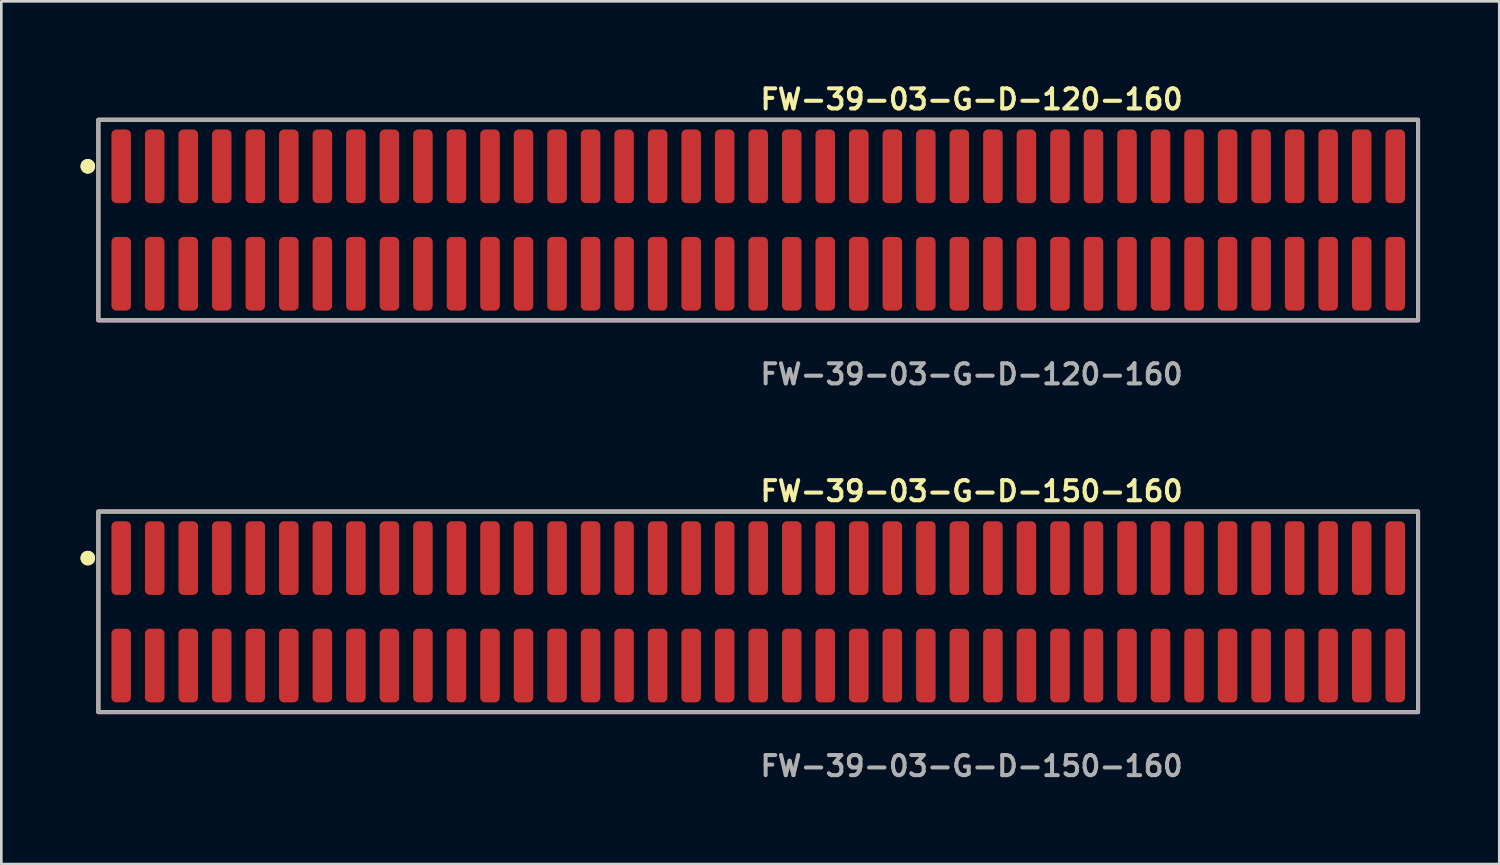
<source format=kicad_pcb>
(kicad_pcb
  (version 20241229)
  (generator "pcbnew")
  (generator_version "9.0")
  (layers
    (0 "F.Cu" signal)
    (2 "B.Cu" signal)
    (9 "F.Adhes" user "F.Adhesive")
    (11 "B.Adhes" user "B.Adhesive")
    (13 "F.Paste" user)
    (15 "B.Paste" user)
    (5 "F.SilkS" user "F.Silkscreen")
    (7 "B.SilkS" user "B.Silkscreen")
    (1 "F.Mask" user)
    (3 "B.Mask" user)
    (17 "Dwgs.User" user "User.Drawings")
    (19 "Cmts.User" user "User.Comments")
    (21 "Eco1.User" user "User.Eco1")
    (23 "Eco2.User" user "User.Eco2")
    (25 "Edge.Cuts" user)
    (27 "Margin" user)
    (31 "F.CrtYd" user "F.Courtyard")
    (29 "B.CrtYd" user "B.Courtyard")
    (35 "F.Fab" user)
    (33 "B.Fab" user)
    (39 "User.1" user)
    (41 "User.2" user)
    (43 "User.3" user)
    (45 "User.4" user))
  (footprint "FW-39-03-G-D-150-160"
    (layer "F.Cu")
    (at 25.671 20.126)
    (property "Reference" "FW-39-03-G-D-150-160" (at 0 -4.572 0) (unlocked yes) (layer "F.SilkS") (effects (font (size 0.762 0.762) (thickness 0.152)) (justify left)))
    (fp_rect (start -24.995 3.8) (end 24.995 -3.8) (stroke (width 0.152) (type solid)) (fill no) (layer "F.SilkS"))
    (fp_circle (center -25.395 -2.035) (end -25.595 -2.035) (stroke (width 0.152) (type solid)) (fill yes) (layer "F.SilkS"))
    (fp_circle (center -25.395 -2.035) (end -25.595 -2.035) (stroke (width 0.152) (type solid)) (fill yes) (layer "F.SilkS"))
    (fp_rect (start -24.995 3.8) (end 24.995 -3.8) (stroke (width 0.006) (type solid)) (fill no) (layer "F.CrtYd"))
    (fp_rect (start -24.995 3.8) (end 24.995 -3.8) (stroke (width 0.152) (type solid)) (fill no) (layer "F.Fab"))
    (fp_text user "${REFERENCE}" (at 0 5.842 0) (unlocked yes) (layer "F.Fab") (effects (font (size 0.762 0.762) (thickness 0.152)) (justify left)))
    (pad "1" smd roundrect (at -24.13 -2.035) (size 0.74 2.79) (layers "F.Cu" "F.Paste") (roundrect_rratio 0.25))
    (pad "2" smd roundrect (at -24.13 2.035) (size 0.74 2.79) (layers "F.Cu" "F.Paste") (roundrect_rratio 0.25))
    (pad "3" smd roundrect (at -22.86 -2.035) (size 0.74 2.79) (layers "F.Cu" "F.Paste") (roundrect_rratio 0.25))
    (pad "4" smd roundrect (at -22.86 2.035) (size 0.74 2.79) (layers "F.Cu" "F.Paste") (roundrect_rratio 0.25))
    (pad "5" smd roundrect (at -21.59 -2.035) (size 0.74 2.79) (layers "F.Cu" "F.Paste") (roundrect_rratio 0.25))
    (pad "6" smd roundrect (at -21.59 2.035) (size 0.74 2.79) (layers "F.Cu" "F.Paste") (roundrect_rratio 0.25))
    (pad "7" smd roundrect (at -20.32 -2.035) (size 0.74 2.79) (layers "F.Cu" "F.Paste") (roundrect_rratio 0.25))
    (pad "8" smd roundrect (at -20.32 2.035) (size 0.74 2.79) (layers "F.Cu" "F.Paste") (roundrect_rratio 0.25))
    (pad "9" smd roundrect (at -19.05 -2.035) (size 0.74 2.79) (layers "F.Cu" "F.Paste") (roundrect_rratio 0.25))
    (pad "10" smd roundrect (at -19.05 2.035) (size 0.74 2.79) (layers "F.Cu" "F.Paste") (roundrect_rratio 0.25))
    (pad "11" smd roundrect (at -17.78 -2.035) (size 0.74 2.79) (layers "F.Cu" "F.Paste") (roundrect_rratio 0.25))
    (pad "12" smd roundrect (at -17.78 2.035) (size 0.74 2.79) (layers "F.Cu" "F.Paste") (roundrect_rratio 0.25))
    (pad "13" smd roundrect (at -16.51 -2.035) (size 0.74 2.79) (layers "F.Cu" "F.Paste") (roundrect_rratio 0.25))
    (pad "14" smd roundrect (at -16.51 2.035) (size 0.74 2.79) (layers "F.Cu" "F.Paste") (roundrect_rratio 0.25))
    (pad "15" smd roundrect (at -15.24 -2.035) (size 0.74 2.79) (layers "F.Cu" "F.Paste") (roundrect_rratio 0.25))
    (pad "16" smd roundrect (at -15.24 2.035) (size 0.74 2.79) (layers "F.Cu" "F.Paste") (roundrect_rratio 0.25))
    (pad "17" smd roundrect (at -13.97 -2.035) (size 0.74 2.79) (layers "F.Cu" "F.Paste") (roundrect_rratio 0.25))
    (pad "18" smd roundrect (at -13.97 2.035) (size 0.74 2.79) (layers "F.Cu" "F.Paste") (roundrect_rratio 0.25))
    (pad "19" smd roundrect (at -12.7 -2.035) (size 0.74 2.79) (layers "F.Cu" "F.Paste") (roundrect_rratio 0.25))
    (pad "20" smd roundrect (at -12.7 2.035) (size 0.74 2.79) (layers "F.Cu" "F.Paste") (roundrect_rratio 0.25))
    (pad "21" smd roundrect (at -11.43 -2.035) (size 0.74 2.79) (layers "F.Cu" "F.Paste") (roundrect_rratio 0.25))
    (pad "22" smd roundrect (at -11.43 2.035) (size 0.74 2.79) (layers "F.Cu" "F.Paste") (roundrect_rratio 0.25))
    (pad "23" smd roundrect (at -10.16 -2.035) (size 0.74 2.79) (layers "F.Cu" "F.Paste") (roundrect_rratio 0.25))
    (pad "24" smd roundrect (at -10.16 2.035) (size 0.74 2.79) (layers "F.Cu" "F.Paste") (roundrect_rratio 0.25))
    (pad "25" smd roundrect (at -8.89 -2.035) (size 0.74 2.79) (layers "F.Cu" "F.Paste") (roundrect_rratio 0.25))
    (pad "26" smd roundrect (at -8.89 2.035) (size 0.74 2.79) (layers "F.Cu" "F.Paste") (roundrect_rratio 0.25))
    (pad "27" smd roundrect (at -7.62 -2.035) (size 0.74 2.79) (layers "F.Cu" "F.Paste") (roundrect_rratio 0.25))
    (pad "28" smd roundrect (at -7.62 2.035) (size 0.74 2.79) (layers "F.Cu" "F.Paste") (roundrect_rratio 0.25))
    (pad "29" smd roundrect (at -6.35 -2.035) (size 0.74 2.79) (layers "F.Cu" "F.Paste") (roundrect_rratio 0.25))
    (pad "30" smd roundrect (at -6.35 2.035) (size 0.74 2.79) (layers "F.Cu" "F.Paste") (roundrect_rratio 0.25))
    (pad "31" smd roundrect (at -5.08 -2.035) (size 0.74 2.79) (layers "F.Cu" "F.Paste") (roundrect_rratio 0.25))
    (pad "32" smd roundrect (at -5.08 2.035) (size 0.74 2.79) (layers "F.Cu" "F.Paste") (roundrect_rratio 0.25))
    (pad "33" smd roundrect (at -3.81 -2.035) (size 0.74 2.79) (layers "F.Cu" "F.Paste") (roundrect_rratio 0.25))
    (pad "34" smd roundrect (at -3.81 2.035) (size 0.74 2.79) (layers "F.Cu" "F.Paste") (roundrect_rratio 0.25))
    (pad "35" smd roundrect (at -2.54 -2.035) (size 0.74 2.79) (layers "F.Cu" "F.Paste") (roundrect_rratio 0.25))
    (pad "36" smd roundrect (at -2.54 2.035) (size 0.74 2.79) (layers "F.Cu" "F.Paste") (roundrect_rratio 0.25))
    (pad "37" smd roundrect (at -1.27 -2.035) (size 0.74 2.79) (layers "F.Cu" "F.Paste") (roundrect_rratio 0.25))
    (pad "38" smd roundrect (at -1.27 2.035) (size 0.74 2.79) (layers "F.Cu" "F.Paste") (roundrect_rratio 0.25))
    (pad "39" smd roundrect (at 0 -2.035) (size 0.74 2.79) (layers "F.Cu" "F.Paste") (roundrect_rratio 0.25))
    (pad "40" smd roundrect (at 0 2.035) (size 0.74 2.79) (layers "F.Cu" "F.Paste") (roundrect_rratio 0.25))
    (pad "41" smd roundrect (at 1.27 -2.035) (size 0.74 2.79) (layers "F.Cu" "F.Paste") (roundrect_rratio 0.25))
    (pad "42" smd roundrect (at 1.27 2.035) (size 0.74 2.79) (layers "F.Cu" "F.Paste") (roundrect_rratio 0.25))
    (pad "43" smd roundrect (at 2.54 -2.035) (size 0.74 2.79) (layers "F.Cu" "F.Paste") (roundrect_rratio 0.25))
    (pad "44" smd roundrect (at 2.54 2.035) (size 0.74 2.79) (layers "F.Cu" "F.Paste") (roundrect_rratio 0.25))
    (pad "45" smd roundrect (at 3.81 -2.035) (size 0.74 2.79) (layers "F.Cu" "F.Paste") (roundrect_rratio 0.25))
    (pad "46" smd roundrect (at 3.81 2.035) (size 0.74 2.79) (layers "F.Cu" "F.Paste") (roundrect_rratio 0.25))
    (pad "47" smd roundrect (at 5.08 -2.035) (size 0.74 2.79) (layers "F.Cu" "F.Paste") (roundrect_rratio 0.25))
    (pad "48" smd roundrect (at 5.08 2.035) (size 0.74 2.79) (layers "F.Cu" "F.Paste") (roundrect_rratio 0.25))
    (pad "49" smd roundrect (at 6.35 -2.035) (size 0.74 2.79) (layers "F.Cu" "F.Paste") (roundrect_rratio 0.25))
    (pad "50" smd roundrect (at 6.35 2.035) (size 0.74 2.79) (layers "F.Cu" "F.Paste") (roundrect_rratio 0.25))
    (pad "51" smd roundrect (at 7.62 -2.035) (size 0.74 2.79) (layers "F.Cu" "F.Paste") (roundrect_rratio 0.25))
    (pad "52" smd roundrect (at 7.62 2.035) (size 0.74 2.79) (layers "F.Cu" "F.Paste") (roundrect_rratio 0.25))
    (pad "53" smd roundrect (at 8.89 -2.035) (size 0.74 2.79) (layers "F.Cu" "F.Paste") (roundrect_rratio 0.25))
    (pad "54" smd roundrect (at 8.89 2.035) (size 0.74 2.79) (layers "F.Cu" "F.Paste") (roundrect_rratio 0.25))
    (pad "55" smd roundrect (at 10.16 -2.035) (size 0.74 2.79) (layers "F.Cu" "F.Paste") (roundrect_rratio 0.25))
    (pad "56" smd roundrect (at 10.16 2.035) (size 0.74 2.79) (layers "F.Cu" "F.Paste") (roundrect_rratio 0.25))
    (pad "57" smd roundrect (at 11.43 -2.035) (size 0.74 2.79) (layers "F.Cu" "F.Paste") (roundrect_rratio 0.25))
    (pad "58" smd roundrect (at 11.43 2.035) (size 0.74 2.79) (layers "F.Cu" "F.Paste") (roundrect_rratio 0.25))
    (pad "59" smd roundrect (at 12.7 -2.035) (size 0.74 2.79) (layers "F.Cu" "F.Paste") (roundrect_rratio 0.25))
    (pad "60" smd roundrect (at 12.7 2.035) (size 0.74 2.79) (layers "F.Cu" "F.Paste") (roundrect_rratio 0.25))
    (pad "61" smd roundrect (at 13.97 -2.035) (size 0.74 2.79) (layers "F.Cu" "F.Paste") (roundrect_rratio 0.25))
    (pad "62" smd roundrect (at 13.97 2.035) (size 0.74 2.79) (layers "F.Cu" "F.Paste") (roundrect_rratio 0.25))
    (pad "63" smd roundrect (at 15.24 -2.035) (size 0.74 2.79) (layers "F.Cu" "F.Paste") (roundrect_rratio 0.25))
    (pad "64" smd roundrect (at 15.24 2.035) (size 0.74 2.79) (layers "F.Cu" "F.Paste") (roundrect_rratio 0.25))
    (pad "65" smd roundrect (at 16.51 -2.035) (size 0.74 2.79) (layers "F.Cu" "F.Paste") (roundrect_rratio 0.25))
    (pad "66" smd roundrect (at 16.51 2.035) (size 0.74 2.79) (layers "F.Cu" "F.Paste") (roundrect_rratio 0.25))
    (pad "67" smd roundrect (at 17.78 -2.035) (size 0.74 2.79) (layers "F.Cu" "F.Paste") (roundrect_rratio 0.25))
    (pad "68" smd roundrect (at 17.78 2.035) (size 0.74 2.79) (layers "F.Cu" "F.Paste") (roundrect_rratio 0.25))
    (pad "69" smd roundrect (at 19.05 -2.035) (size 0.74 2.79) (layers "F.Cu" "F.Paste") (roundrect_rratio 0.25))
    (pad "70" smd roundrect (at 19.05 2.035) (size 0.74 2.79) (layers "F.Cu" "F.Paste") (roundrect_rratio 0.25))
    (pad "71" smd roundrect (at 20.32 -2.035) (size 0.74 2.79) (layers "F.Cu" "F.Paste") (roundrect_rratio 0.25))
    (pad "72" smd roundrect (at 20.32 2.035) (size 0.74 2.79) (layers "F.Cu" "F.Paste") (roundrect_rratio 0.25))
    (pad "73" smd roundrect (at 21.59 -2.035) (size 0.74 2.79) (layers "F.Cu" "F.Paste") (roundrect_rratio 0.25))
    (pad "74" smd roundrect (at 21.59 2.035) (size 0.74 2.79) (layers "F.Cu" "F.Paste") (roundrect_rratio 0.25))
    (pad "75" smd roundrect (at 22.86 -2.035) (size 0.74 2.79) (layers "F.Cu" "F.Paste") (roundrect_rratio 0.25))
    (pad "76" smd roundrect (at 22.86 2.035) (size 0.74 2.79) (layers "F.Cu" "F.Paste") (roundrect_rratio 0.25))
    (pad "77" smd roundrect (at 24.13 -2.035) (size 0.74 2.79) (layers "F.Cu" "F.Paste") (roundrect_rratio 0.25))
    (pad "78" smd roundrect (at 24.13 2.035) (size 0.74 2.79) (layers "F.Cu" "F.Paste") (roundrect_rratio 0.25)))
  (footprint "FW-39-03-G-D-120-160"
    (layer "F.Cu")
    (at 25.671 5.285)
    (property "Reference" "FW-39-03-G-D-120-160" (at 0 -4.572 0) (unlocked yes) (layer "F.SilkS") (effects (font (size 0.762 0.762) (thickness 0.152)) (justify left)))
    (fp_rect (start -24.995 3.8) (end 24.995 -3.8) (stroke (width 0.152) (type solid)) (fill no) (layer "F.SilkS"))
    (fp_circle (center -25.395 -2.035) (end -25.595 -2.035) (stroke (width 0.152) (type solid)) (fill yes) (layer "F.SilkS"))
    (fp_circle (center -25.395 -2.035) (end -25.595 -2.035) (stroke (width 0.152) (type solid)) (fill yes) (layer "F.SilkS"))
    (fp_rect (start -24.995 3.8) (end 24.995 -3.8) (stroke (width 0.006) (type solid)) (fill no) (layer "F.CrtYd"))
    (fp_rect (start -24.995 3.8) (end 24.995 -3.8) (stroke (width 0.152) (type solid)) (fill no) (layer "F.Fab"))
    (fp_text user "${REFERENCE}" (at 0 5.842 0) (unlocked yes) (layer "F.Fab") (effects (font (size 0.762 0.762) (thickness 0.152)) (justify left)))
    (pad "1" smd roundrect (at -24.13 -2.035) (size 0.74 2.79) (layers "F.Cu" "F.Paste") (roundrect_rratio 0.25))
    (pad "2" smd roundrect (at -24.13 2.035) (size 0.74 2.79) (layers "F.Cu" "F.Paste") (roundrect_rratio 0.25))
    (pad "3" smd roundrect (at -22.86 -2.035) (size 0.74 2.79) (layers "F.Cu" "F.Paste") (roundrect_rratio 0.25))
    (pad "4" smd roundrect (at -22.86 2.035) (size 0.74 2.79) (layers "F.Cu" "F.Paste") (roundrect_rratio 0.25))
    (pad "5" smd roundrect (at -21.59 -2.035) (size 0.74 2.79) (layers "F.Cu" "F.Paste") (roundrect_rratio 0.25))
    (pad "6" smd roundrect (at -21.59 2.035) (size 0.74 2.79) (layers "F.Cu" "F.Paste") (roundrect_rratio 0.25))
    (pad "7" smd roundrect (at -20.32 -2.035) (size 0.74 2.79) (layers "F.Cu" "F.Paste") (roundrect_rratio 0.25))
    (pad "8" smd roundrect (at -20.32 2.035) (size 0.74 2.79) (layers "F.Cu" "F.Paste") (roundrect_rratio 0.25))
    (pad "9" smd roundrect (at -19.05 -2.035) (size 0.74 2.79) (layers "F.Cu" "F.Paste") (roundrect_rratio 0.25))
    (pad "10" smd roundrect (at -19.05 2.035) (size 0.74 2.79) (layers "F.Cu" "F.Paste") (roundrect_rratio 0.25))
    (pad "11" smd roundrect (at -17.78 -2.035) (size 0.74 2.79) (layers "F.Cu" "F.Paste") (roundrect_rratio 0.25))
    (pad "12" smd roundrect (at -17.78 2.035) (size 0.74 2.79) (layers "F.Cu" "F.Paste") (roundrect_rratio 0.25))
    (pad "13" smd roundrect (at -16.51 -2.035) (size 0.74 2.79) (layers "F.Cu" "F.Paste") (roundrect_rratio 0.25))
    (pad "14" smd roundrect (at -16.51 2.035) (size 0.74 2.79) (layers "F.Cu" "F.Paste") (roundrect_rratio 0.25))
    (pad "15" smd roundrect (at -15.24 -2.035) (size 0.74 2.79) (layers "F.Cu" "F.Paste") (roundrect_rratio 0.25))
    (pad "16" smd roundrect (at -15.24 2.035) (size 0.74 2.79) (layers "F.Cu" "F.Paste") (roundrect_rratio 0.25))
    (pad "17" smd roundrect (at -13.97 -2.035) (size 0.74 2.79) (layers "F.Cu" "F.Paste") (roundrect_rratio 0.25))
    (pad "18" smd roundrect (at -13.97 2.035) (size 0.74 2.79) (layers "F.Cu" "F.Paste") (roundrect_rratio 0.25))
    (pad "19" smd roundrect (at -12.7 -2.035) (size 0.74 2.79) (layers "F.Cu" "F.Paste") (roundrect_rratio 0.25))
    (pad "20" smd roundrect (at -12.7 2.035) (size 0.74 2.79) (layers "F.Cu" "F.Paste") (roundrect_rratio 0.25))
    (pad "21" smd roundrect (at -11.43 -2.035) (size 0.74 2.79) (layers "F.Cu" "F.Paste") (roundrect_rratio 0.25))
    (pad "22" smd roundrect (at -11.43 2.035) (size 0.74 2.79) (layers "F.Cu" "F.Paste") (roundrect_rratio 0.25))
    (pad "23" smd roundrect (at -10.16 -2.035) (size 0.74 2.79) (layers "F.Cu" "F.Paste") (roundrect_rratio 0.25))
    (pad "24" smd roundrect (at -10.16 2.035) (size 0.74 2.79) (layers "F.Cu" "F.Paste") (roundrect_rratio 0.25))
    (pad "25" smd roundrect (at -8.89 -2.035) (size 0.74 2.79) (layers "F.Cu" "F.Paste") (roundrect_rratio 0.25))
    (pad "26" smd roundrect (at -8.89 2.035) (size 0.74 2.79) (layers "F.Cu" "F.Paste") (roundrect_rratio 0.25))
    (pad "27" smd roundrect (at -7.62 -2.035) (size 0.74 2.79) (layers "F.Cu" "F.Paste") (roundrect_rratio 0.25))
    (pad "28" smd roundrect (at -7.62 2.035) (size 0.74 2.79) (layers "F.Cu" "F.Paste") (roundrect_rratio 0.25))
    (pad "29" smd roundrect (at -6.35 -2.035) (size 0.74 2.79) (layers "F.Cu" "F.Paste") (roundrect_rratio 0.25))
    (pad "30" smd roundrect (at -6.35 2.035) (size 0.74 2.79) (layers "F.Cu" "F.Paste") (roundrect_rratio 0.25))
    (pad "31" smd roundrect (at -5.08 -2.035) (size 0.74 2.79) (layers "F.Cu" "F.Paste") (roundrect_rratio 0.25))
    (pad "32" smd roundrect (at -5.08 2.035) (size 0.74 2.79) (layers "F.Cu" "F.Paste") (roundrect_rratio 0.25))
    (pad "33" smd roundrect (at -3.81 -2.035) (size 0.74 2.79) (layers "F.Cu" "F.Paste") (roundrect_rratio 0.25))
    (pad "34" smd roundrect (at -3.81 2.035) (size 0.74 2.79) (layers "F.Cu" "F.Paste") (roundrect_rratio 0.25))
    (pad "35" smd roundrect (at -2.54 -2.035) (size 0.74 2.79) (layers "F.Cu" "F.Paste") (roundrect_rratio 0.25))
    (pad "36" smd roundrect (at -2.54 2.035) (size 0.74 2.79) (layers "F.Cu" "F.Paste") (roundrect_rratio 0.25))
    (pad "37" smd roundrect (at -1.27 -2.035) (size 0.74 2.79) (layers "F.Cu" "F.Paste") (roundrect_rratio 0.25))
    (pad "38" smd roundrect (at -1.27 2.035) (size 0.74 2.79) (layers "F.Cu" "F.Paste") (roundrect_rratio 0.25))
    (pad "39" smd roundrect (at 0 -2.035) (size 0.74 2.79) (layers "F.Cu" "F.Paste") (roundrect_rratio 0.25))
    (pad "40" smd roundrect (at 0 2.035) (size 0.74 2.79) (layers "F.Cu" "F.Paste") (roundrect_rratio 0.25))
    (pad "41" smd roundrect (at 1.27 -2.035) (size 0.74 2.79) (layers "F.Cu" "F.Paste") (roundrect_rratio 0.25))
    (pad "42" smd roundrect (at 1.27 2.035) (size 0.74 2.79) (layers "F.Cu" "F.Paste") (roundrect_rratio 0.25))
    (pad "43" smd roundrect (at 2.54 -2.035) (size 0.74 2.79) (layers "F.Cu" "F.Paste") (roundrect_rratio 0.25))
    (pad "44" smd roundrect (at 2.54 2.035) (size 0.74 2.79) (layers "F.Cu" "F.Paste") (roundrect_rratio 0.25))
    (pad "45" smd roundrect (at 3.81 -2.035) (size 0.74 2.79) (layers "F.Cu" "F.Paste") (roundrect_rratio 0.25))
    (pad "46" smd roundrect (at 3.81 2.035) (size 0.74 2.79) (layers "F.Cu" "F.Paste") (roundrect_rratio 0.25))
    (pad "47" smd roundrect (at 5.08 -2.035) (size 0.74 2.79) (layers "F.Cu" "F.Paste") (roundrect_rratio 0.25))
    (pad "48" smd roundrect (at 5.08 2.035) (size 0.74 2.79) (layers "F.Cu" "F.Paste") (roundrect_rratio 0.25))
    (pad "49" smd roundrect (at 6.35 -2.035) (size 0.74 2.79) (layers "F.Cu" "F.Paste") (roundrect_rratio 0.25))
    (pad "50" smd roundrect (at 6.35 2.035) (size 0.74 2.79) (layers "F.Cu" "F.Paste") (roundrect_rratio 0.25))
    (pad "51" smd roundrect (at 7.62 -2.035) (size 0.74 2.79) (layers "F.Cu" "F.Paste") (roundrect_rratio 0.25))
    (pad "52" smd roundrect (at 7.62 2.035) (size 0.74 2.79) (layers "F.Cu" "F.Paste") (roundrect_rratio 0.25))
    (pad "53" smd roundrect (at 8.89 -2.035) (size 0.74 2.79) (layers "F.Cu" "F.Paste") (roundrect_rratio 0.25))
    (pad "54" smd roundrect (at 8.89 2.035) (size 0.74 2.79) (layers "F.Cu" "F.Paste") (roundrect_rratio 0.25))
    (pad "55" smd roundrect (at 10.16 -2.035) (size 0.74 2.79) (layers "F.Cu" "F.Paste") (roundrect_rratio 0.25))
    (pad "56" smd roundrect (at 10.16 2.035) (size 0.74 2.79) (layers "F.Cu" "F.Paste") (roundrect_rratio 0.25))
    (pad "57" smd roundrect (at 11.43 -2.035) (size 0.74 2.79) (layers "F.Cu" "F.Paste") (roundrect_rratio 0.25))
    (pad "58" smd roundrect (at 11.43 2.035) (size 0.74 2.79) (layers "F.Cu" "F.Paste") (roundrect_rratio 0.25))
    (pad "59" smd roundrect (at 12.7 -2.035) (size 0.74 2.79) (layers "F.Cu" "F.Paste") (roundrect_rratio 0.25))
    (pad "60" smd roundrect (at 12.7 2.035) (size 0.74 2.79) (layers "F.Cu" "F.Paste") (roundrect_rratio 0.25))
    (pad "61" smd roundrect (at 13.97 -2.035) (size 0.74 2.79) (layers "F.Cu" "F.Paste") (roundrect_rratio 0.25))
    (pad "62" smd roundrect (at 13.97 2.035) (size 0.74 2.79) (layers "F.Cu" "F.Paste") (roundrect_rratio 0.25))
    (pad "63" smd roundrect (at 15.24 -2.035) (size 0.74 2.79) (layers "F.Cu" "F.Paste") (roundrect_rratio 0.25))
    (pad "64" smd roundrect (at 15.24 2.035) (size 0.74 2.79) (layers "F.Cu" "F.Paste") (roundrect_rratio 0.25))
    (pad "65" smd roundrect (at 16.51 -2.035) (size 0.74 2.79) (layers "F.Cu" "F.Paste") (roundrect_rratio 0.25))
    (pad "66" smd roundrect (at 16.51 2.035) (size 0.74 2.79) (layers "F.Cu" "F.Paste") (roundrect_rratio 0.25))
    (pad "67" smd roundrect (at 17.78 -2.035) (size 0.74 2.79) (layers "F.Cu" "F.Paste") (roundrect_rratio 0.25))
    (pad "68" smd roundrect (at 17.78 2.035) (size 0.74 2.79) (layers "F.Cu" "F.Paste") (roundrect_rratio 0.25))
    (pad "69" smd roundrect (at 19.05 -2.035) (size 0.74 2.79) (layers "F.Cu" "F.Paste") (roundrect_rratio 0.25))
    (pad "70" smd roundrect (at 19.05 2.035) (size 0.74 2.79) (layers "F.Cu" "F.Paste") (roundrect_rratio 0.25))
    (pad "71" smd roundrect (at 20.32 -2.035) (size 0.74 2.79) (layers "F.Cu" "F.Paste") (roundrect_rratio 0.25))
    (pad "72" smd roundrect (at 20.32 2.035) (size 0.74 2.79) (layers "F.Cu" "F.Paste") (roundrect_rratio 0.25))
    (pad "73" smd roundrect (at 21.59 -2.035) (size 0.74 2.79) (layers "F.Cu" "F.Paste") (roundrect_rratio 0.25))
    (pad "74" smd roundrect (at 21.59 2.035) (size 0.74 2.79) (layers "F.Cu" "F.Paste") (roundrect_rratio 0.25))
    (pad "75" smd roundrect (at 22.86 -2.035) (size 0.74 2.79) (layers "F.Cu" "F.Paste") (roundrect_rratio 0.25))
    (pad "76" smd roundrect (at 22.86 2.035) (size 0.74 2.79) (layers "F.Cu" "F.Paste") (roundrect_rratio 0.25))
    (pad "77" smd roundrect (at 24.13 -2.035) (size 0.74 2.79) (layers "F.Cu" "F.Paste") (roundrect_rratio 0.25))
    (pad "78" smd roundrect (at 24.13 2.035) (size 0.74 2.79) (layers "F.Cu" "F.Paste") (roundrect_rratio 0.25)))
  (gr_rect
    (start -3 -3)
    (end 53.742 29.681)
    (stroke (width 0.1) (type default))
    (fill no)
    (layer "Edge.Cuts")))
</source>
